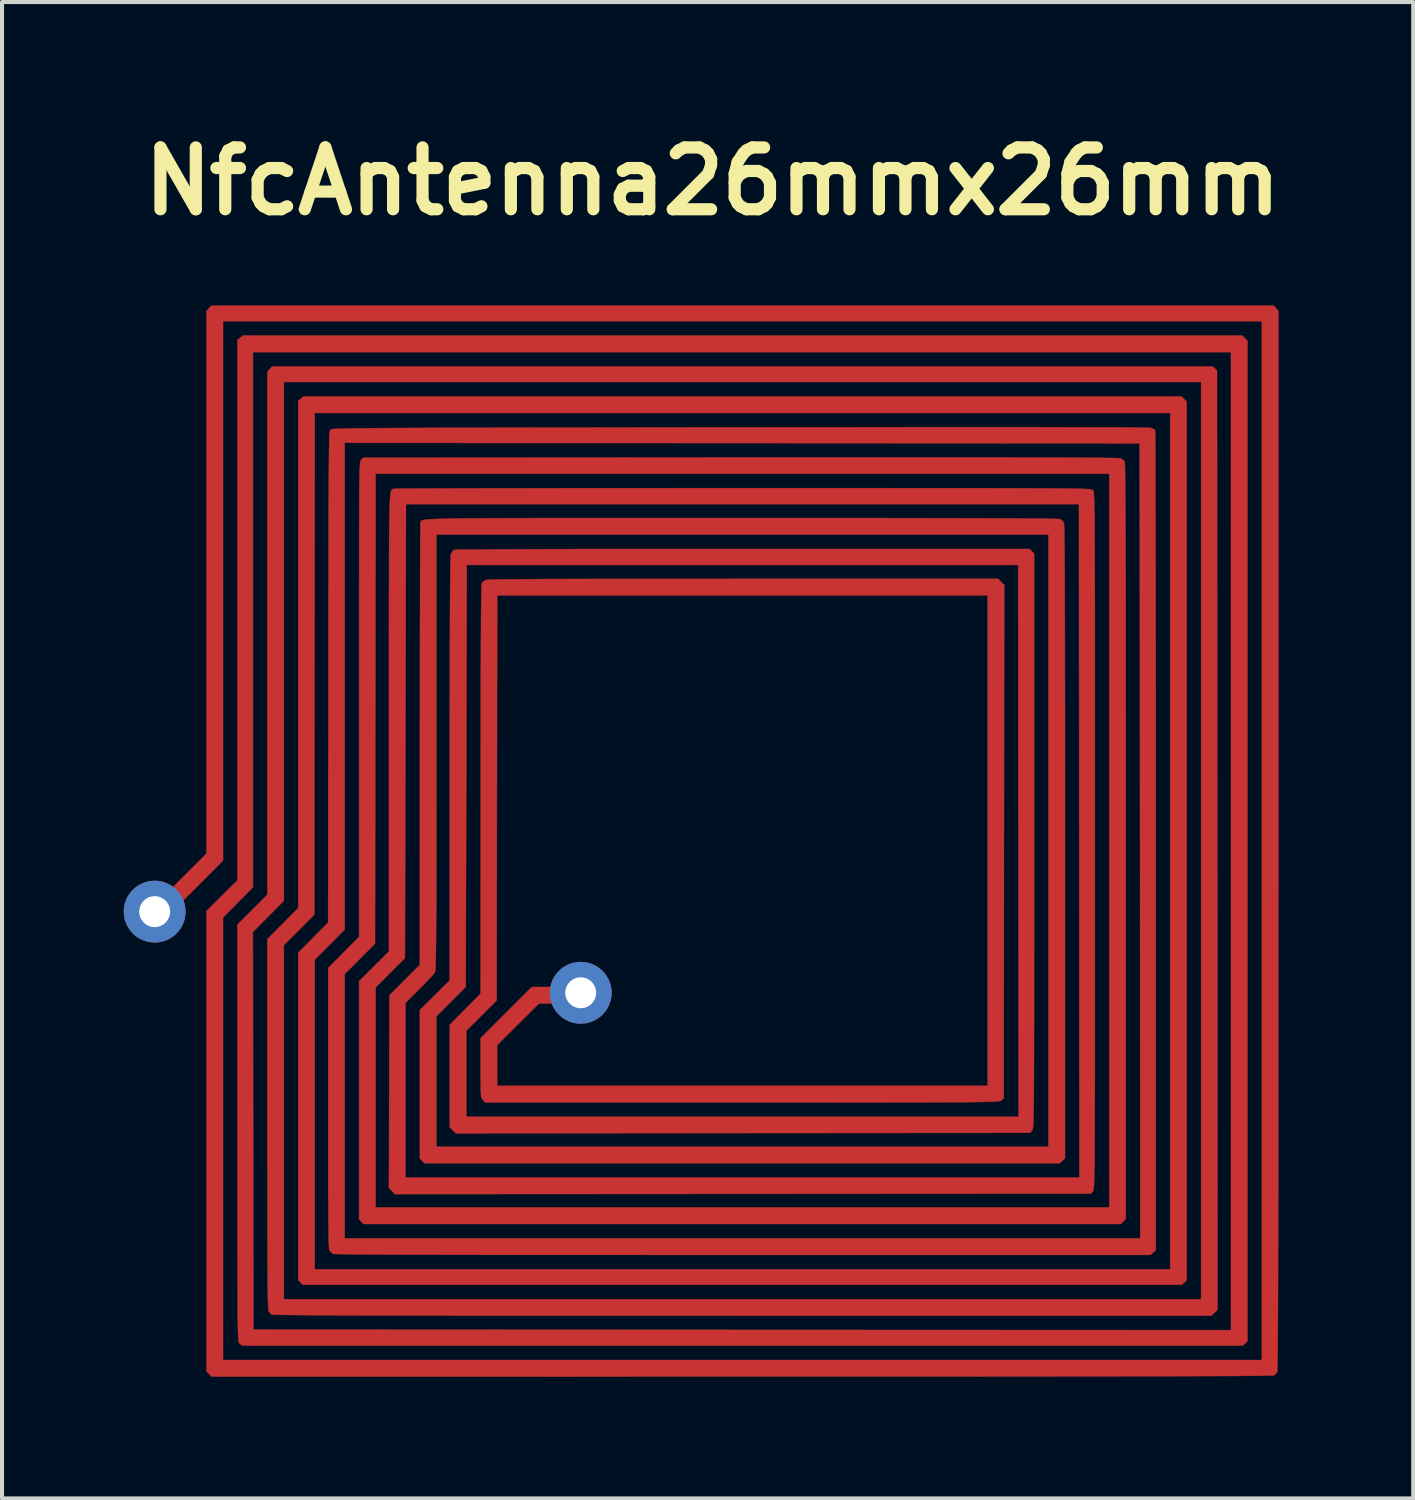
<source format=kicad_pcb>
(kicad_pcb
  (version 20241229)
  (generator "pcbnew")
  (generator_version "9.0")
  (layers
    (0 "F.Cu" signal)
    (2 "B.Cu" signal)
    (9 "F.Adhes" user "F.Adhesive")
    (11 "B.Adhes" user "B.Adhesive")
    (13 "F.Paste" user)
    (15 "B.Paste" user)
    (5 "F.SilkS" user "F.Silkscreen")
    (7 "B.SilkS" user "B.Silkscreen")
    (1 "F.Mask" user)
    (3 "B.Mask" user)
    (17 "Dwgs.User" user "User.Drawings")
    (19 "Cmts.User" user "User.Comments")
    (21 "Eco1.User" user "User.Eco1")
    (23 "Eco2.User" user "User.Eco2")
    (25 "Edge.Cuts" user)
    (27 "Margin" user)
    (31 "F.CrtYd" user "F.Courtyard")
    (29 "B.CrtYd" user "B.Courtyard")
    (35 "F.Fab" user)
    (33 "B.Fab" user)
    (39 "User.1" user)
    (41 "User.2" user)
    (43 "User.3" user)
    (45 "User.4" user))
  (footprint "NfcAntenna26mmx26mm"
    (layer "F.Cu")
    (at 14.512 17.668)
    (property "Reference" "NfcAntenna26mmx26mm" (at 0 -16.25 0) (layer "F.SilkS") (effects (font (size 1.524 1.524) (thickness 0.3))))
    (attr through_hole)
    (fp_poly (pts (xy 13.945 -13.053) (xy 13.945 -0.01) (xy 13.945 1.019) (xy 13.944 1.998) (xy 13.944 2.928) (xy 13.944 3.81) (xy 13.944 4.645) (xy 13.944 5.435) (xy 13.943 6.179) (xy 13.943 6.879) (xy 13.942 7.535) (xy 13.942 8.15) (xy 13.941 8.723) (xy 13.94 9.256) (xy 13.939 9.75) (xy 13.938 10.206) (xy 13.937 10.624) (xy 13.936 11.005) (xy 13.935 11.351) (xy 13.934 11.663) (xy 13.932 11.941) (xy 13.931 12.186) (xy 13.929 12.4) (xy 13.928 12.583) (xy 13.926 12.736) (xy 13.924 12.86) (xy 13.922 12.957) (xy 13.92 13.026) (xy 13.918 13.07) (xy 13.915 13.089) (xy 13.915 13.089) (xy 13.875 13.146) (xy 13.845 13.175) (xy 13.832 13.178) (xy 13.799 13.18) (xy 13.744 13.182) (xy 13.666 13.184) (xy 13.565 13.186) (xy 13.44 13.188) (xy 13.288 13.19) (xy 13.11 13.192) (xy 12.904 13.193) (xy 12.669 13.195) (xy 12.404 13.196) (xy 12.108 13.197) (xy 11.779 13.198) (xy 11.418 13.199) (xy 11.023 13.2) (xy 10.592 13.201) (xy 10.124 13.202) (xy 9.62 13.203) (xy 9.076 13.204) (xy 8.494 13.204) (xy 7.87 13.205) (xy 7.205 13.205) (xy 6.497 13.206) (xy 5.745 13.206) (xy 4.949 13.206) (xy 4.106 13.207) (xy 3.217 13.207) (xy 2.279 13.207) (xy 1.292 13.207) (xy 0.729 13.207) (xy -12.347 13.208) (xy -12.409 13.146) (xy -12.471 13.083) (xy -12.471 7.408) (xy -12.471 1.733) (xy -12.09 1.355) (xy -11.709 0.978) (xy -11.709 -5.681) (xy -11.709 -12.341) (xy -11.642 -12.393) (xy -11.576 -12.446) (xy 13.058 -12.446) (xy 13.12 -12.384) (xy 13.183 -12.321) (xy 13.183 12.336) (xy 13.124 12.391) (xy 13.065 12.446) (xy 0.773 12.446) (xy -0.015 12.446) (xy -0.79 12.446) (xy -1.551 12.446) (xy -2.297 12.446) (xy -3.025 12.446) (xy -3.734 12.446) (xy -4.423 12.446) (xy -5.089 12.446) (xy -5.732 12.446) (xy -6.351 12.446) (xy -6.942 12.446) (xy -7.505 12.446) (xy -8.039 12.446) (xy -8.541 12.446) (xy -9.01 12.446) (xy -9.445 12.446) (xy -9.844 12.446) (xy -10.205 12.446) (xy -10.528 12.446) (xy -10.809 12.446) (xy -11.049 12.446) (xy -11.245 12.446) (xy -11.395 12.446) (xy -11.499 12.446) (xy -11.554 12.446) (xy -11.563 12.446) (xy -11.614 12.429) (xy -11.659 12.395) (xy -11.665 12.389) (xy -11.67 12.38) (xy -11.675 12.368) (xy -11.68 12.35) (xy -11.684 12.323) (xy -11.687 12.286) (xy -11.691 12.237) (xy -11.694 12.173) (xy -11.696 12.093) (xy -11.699 11.994) (xy -11.701 11.875) (xy -11.703 11.733) (xy -11.704 11.566) (xy -11.705 11.372) (xy -11.706 11.149) (xy -11.707 10.895) (xy -11.708 10.608) (xy -11.708 10.286) (xy -11.709 9.926) (xy -11.709 9.527) (xy -11.709 9.087) (xy -11.709 8.602) (xy -11.709 8.073) (xy -11.709 7.495) (xy -11.709 2.069) (xy -11.341 1.702) (xy -10.973 1.334) (xy -10.973 -5.11) (xy -10.973 -11.554) (xy -10.916 -11.62) (xy -10.858 -11.685) (xy 0.736 -11.685) (xy 12.33 -11.684) (xy 12.382 -11.633) (xy 12.433 -11.581) (xy 12.44 -0.01) (xy 12.446 11.561) (xy 12.298 11.709) (xy 0.732 11.709) (xy -0.22 11.708) (xy -1.123 11.708) (xy -1.978 11.708) (xy -2.785 11.708) (xy -3.546 11.708) (xy -4.261 11.707) (xy -4.933 11.707) (xy -5.562 11.706) (xy -6.149 11.706) (xy -6.695 11.705) (xy -7.202 11.704) (xy -7.67 11.703) (xy -8.102 11.702) (xy -8.497 11.701) (xy -8.857 11.7) (xy -9.184 11.699) (xy -9.477 11.698) (xy -9.74 11.696) (xy -9.971 11.695) (xy -10.174 11.693) (xy -10.348 11.692) (xy -10.495 11.69) (xy -10.616 11.688) (xy -10.713 11.686) (xy -10.786 11.684) (xy -10.836 11.681) (xy -10.865 11.679) (xy -10.873 11.677) (xy -10.918 11.629) (xy -10.943 11.59) (xy -10.947 11.57) (xy -10.951 11.523) (xy -10.954 11.448) (xy -10.957 11.343) (xy -10.96 11.207) (xy -10.962 11.037) (xy -10.964 10.834) (xy -10.966 10.594) (xy -10.968 10.317) (xy -10.969 10) (xy -10.97 9.642) (xy -10.971 9.243) (xy -10.972 8.799) (xy -10.972 8.31) (xy -10.973 7.773) (xy -10.973 7.188) (xy -10.973 6.982) (xy -10.973 2.429) (xy -10.211 1.662) (xy -10.211 -4.59) (xy -10.211 -10.842) (xy -10.144 -10.895) (xy -10.077 -10.947) (xy 11.559 -10.947) (xy 11.622 -10.885) (xy 11.684 -10.823) (xy 11.684 10.837) (xy 11.625 10.892) (xy 11.566 10.947) (xy -10.1 10.947) (xy -10.156 10.889) (xy -10.211 10.83) (xy -10.211 2.76) (xy -9.843 2.389) (xy -9.475 2.018) (xy -9.468 -4.032) (xy -9.467 -4.687) (xy -9.467 -5.293) (xy -9.466 -5.852) (xy -9.465 -6.366) (xy -9.464 -6.836) (xy -9.464 -7.266) (xy -9.463 -7.656) (xy -9.462 -8.009) (xy -9.461 -8.326) (xy -9.46 -8.609) (xy -9.458 -8.861) (xy -9.457 -9.083) (xy -9.456 -9.277) (xy -9.454 -9.445) (xy -9.452 -9.589) (xy -9.45 -9.711) (xy -9.447 -9.813) (xy -9.445 -9.896) (xy -9.442 -9.963) (xy -9.439 -10.015) (xy -9.435 -10.054) (xy -9.432 -10.083) (xy -9.428 -10.103) (xy -9.423 -10.117) (xy -9.418 -10.125) (xy -9.416 -10.127) (xy -9.411 -10.131) (xy -9.402 -10.135) (xy -9.388 -10.138) (xy -9.367 -10.141) (xy -9.338 -10.144) (xy -9.299 -10.147) (xy -9.249 -10.15) (xy -9.187 -10.152) (xy -9.11 -10.155) (xy -9.018 -10.157) (xy -8.909 -10.159) (xy -8.782 -10.161) (xy -8.635 -10.163) (xy -8.466 -10.164) (xy -8.274 -10.166) (xy -8.058 -10.167) (xy -7.816 -10.169) (xy -7.547 -10.17) (xy -7.249 -10.171) (xy -6.92 -10.173) (xy -6.56 -10.174) (xy -6.166 -10.175) (xy -5.738 -10.176) (xy -5.274 -10.177) (xy -4.772 -10.178) (xy -4.231 -10.179) (xy -3.649 -10.18) (xy -3.025 -10.18) (xy -2.357 -10.181) (xy -1.645 -10.182) (xy -0.886 -10.183) (xy -0.078 -10.184) (xy 0.68 -10.185) (xy 1.586 -10.187) (xy 2.442 -10.187) (xy 3.249 -10.188) (xy 4.008 -10.189) (xy 4.721 -10.19) (xy 5.388 -10.19) (xy 6.011 -10.19) (xy 6.59 -10.19) (xy 7.127 -10.19) (xy 7.622 -10.19) (xy 8.078 -10.19) (xy 8.494 -10.189) (xy 8.871 -10.188) (xy 9.212 -10.187) (xy 9.517 -10.186) (xy 9.786 -10.185) (xy 10.022 -10.184) (xy 10.225 -10.182) (xy 10.395 -10.181) (xy 10.535 -10.179) (xy 10.646 -10.177) (xy 10.727 -10.175) (xy 10.781 -10.172) (xy 10.808 -10.17) (xy 10.811 -10.169) (xy 10.87 -10.141) (xy 10.906 -10.115) (xy 10.907 -10.114) (xy 10.908 -10.087) (xy 10.909 -10.011) (xy 10.91 -9.887) (xy 10.911 -9.718) (xy 10.912 -9.505) (xy 10.913 -9.25) (xy 10.914 -8.954) (xy 10.915 -8.619) (xy 10.916 -8.248) (xy 10.917 -7.84) (xy 10.917 -7.4) (xy 10.918 -6.927) (xy 10.919 -6.424) (xy 10.92 -5.892) (xy 10.92 -5.334) (xy 10.921 -4.75) (xy 10.921 -4.143) (xy 10.922 -3.515) (xy 10.922 -2.866) (xy 10.922 -2.199) (xy 10.922 -1.516) (xy 10.923 -0.817) (xy 10.923 -0.106) (xy 10.923 0.004) (xy 10.923 10.097) (xy 10.792 10.211) (xy 0.749 10.211) (xy -0.171 10.211) (xy -1.041 10.211) (xy -1.862 10.21) (xy -2.635 10.21) (xy -3.361 10.21) (xy -4.04 10.209) (xy -4.674 10.209) (xy -5.263 10.208) (xy -5.809 10.207) (xy -6.311 10.206) (xy -6.772 10.205) (xy -7.192 10.204) (xy -7.571 10.203) (xy -7.912 10.201) (xy -8.214 10.2) (xy -8.478 10.198) (xy -8.706 10.196) (xy -8.898 10.195) (xy -9.056 10.192) (xy -9.179 10.19) (xy -9.269 10.188) (xy -9.327 10.186) (xy -9.354 10.183) (xy -9.356 10.183) (xy -9.415 10.137) (xy -9.446 10.093) (xy -9.45 10.066) (xy -9.454 10.005) (xy -9.458 9.91) (xy -9.461 9.777) (xy -9.464 9.607) (xy -9.466 9.397) (xy -9.468 9.146) (xy -9.47 8.853) (xy -9.472 8.516) (xy -9.473 8.134) (xy -9.474 7.706) (xy -9.474 7.231) (xy -9.474 6.706) (xy -9.474 6.586) (xy -9.474 3.141) (xy -8.712 2.373) (xy -8.712 -3.472) (xy -8.712 -4.114) (xy -8.712 -4.708) (xy -8.712 -5.255) (xy -8.712 -5.756) (xy -8.712 -6.215) (xy -8.711 -6.633) (xy -8.711 -7.012) (xy -8.711 -7.353) (xy -8.71 -7.66) (xy -8.709 -7.933) (xy -8.708 -8.175) (xy -8.707 -8.387) (xy -8.706 -8.573) (xy -8.704 -8.733) (xy -8.702 -8.869) (xy -8.7 -8.984) (xy -8.698 -9.079) (xy -8.695 -9.157) (xy -8.692 -9.219) (xy -8.689 -9.267) (xy -8.685 -9.303) (xy -8.681 -9.33) (xy -8.677 -9.349) (xy -8.672 -9.362) (xy -8.667 -9.371) (xy -8.664 -9.376) (xy -8.615 -9.436) (xy 0.69 -9.443) (xy 1.589 -9.443) (xy 2.439 -9.444) (xy 3.239 -9.444) (xy 3.99 -9.444) (xy 4.694 -9.444) (xy 5.35 -9.444) (xy 5.96 -9.444) (xy 6.525 -9.443) (xy 7.045 -9.443) (xy 7.521 -9.442) (xy 7.953 -9.441) (xy 8.343 -9.44) (xy 8.69 -9.439) (xy 8.997 -9.437) (xy 9.263 -9.436) (xy 9.49 -9.434) (xy 9.678 -9.432) (xy 9.828 -9.43) (xy 9.94 -9.428) (xy 10.015 -9.426) (xy 10.055 -9.423) (xy 10.061 -9.422) (xy 10.122 -9.379) (xy 10.157 -9.332) (xy 10.159 -9.311) (xy 10.162 -9.262) (xy 10.164 -9.183) (xy 10.167 -9.074) (xy 10.169 -8.932) (xy 10.171 -8.757) (xy 10.173 -8.549) (xy 10.174 -8.305) (xy 10.176 -8.026) (xy 10.177 -7.71) (xy 10.179 -7.356) (xy 10.18 -6.963) (xy 10.181 -6.53) (xy 10.182 -6.056) (xy 10.183 -5.54) (xy 10.183 -4.981) (xy 10.184 -4.378) (xy 10.184 -3.73) (xy 10.185 -3.036) (xy 10.185 -2.296) (xy 10.185 -1.507) (xy 10.185 -0.669) (xy 10.185 0.028) (xy 10.185 9.324) (xy 10.123 9.386) (xy 10.061 9.449) (xy -8.602 9.449) (xy -8.657 9.39) (xy -8.712 9.331) (xy -8.712 3.466) (xy -8.344 3.099) (xy -7.976 2.731) (xy -7.976 -2.89) (xy -7.976 -3.527) (xy -7.976 -4.115) (xy -7.976 -4.656) (xy -7.976 -5.152) (xy -7.975 -5.605) (xy -7.975 -6.017) (xy -7.974 -6.39) (xy -7.974 -6.726) (xy -7.973 -7.026) (xy -7.971 -7.294) (xy -7.97 -7.53) (xy -7.967 -7.738) (xy -7.965 -7.918) (xy -7.962 -8.072) (xy -7.959 -8.203) (xy -7.954 -8.313) (xy -7.95 -8.404) (xy -7.945 -8.477) (xy -7.939 -8.534) (xy -7.932 -8.578) (xy -7.925 -8.61) (xy -7.917 -8.633) (xy -7.908 -8.648) (xy -7.898 -8.657) (xy -7.887 -8.662) (xy -7.876 -8.666) (xy -7.863 -8.67) (xy -7.86 -8.671) (xy -7.832 -8.672) (xy -7.755 -8.673) (xy -7.63 -8.675) (xy -7.461 -8.676) (xy -7.248 -8.677) (xy -6.994 -8.678) (xy -6.7 -8.679) (xy -6.368 -8.68) (xy -6.001 -8.681) (xy -5.599 -8.682) (xy -5.165 -8.682) (xy -4.701 -8.683) (xy -4.208 -8.684) (xy -3.689 -8.685) (xy -3.145 -8.685) (xy -2.579 -8.686) (xy -1.991 -8.686) (xy -1.384 -8.686) (xy -0.76 -8.687) (xy -0.121 -8.687) (xy 0.532 -8.687) (xy 0.751 -8.687) (xy 1.534 -8.687) (xy 2.268 -8.687) (xy 2.954 -8.687) (xy 3.595 -8.687) (xy 4.191 -8.687) (xy 4.744 -8.686) (xy 5.256 -8.686) (xy 5.728 -8.686) (xy 6.162 -8.686) (xy 6.56 -8.685) (xy 6.924 -8.685) (xy 7.254 -8.684) (xy 7.553 -8.683) (xy 7.822 -8.682) (xy 8.062 -8.681) (xy 8.276 -8.68) (xy 8.464 -8.679) (xy 8.63 -8.677) (xy 8.773 -8.676) (xy 8.896 -8.674) (xy 9 -8.672) (xy 9.087 -8.67) (xy 9.159 -8.667) (xy 9.217 -8.665) (xy 9.263 -8.662) (xy 9.298 -8.659) (xy 9.324 -8.655) (xy 9.342 -8.652) (xy 9.355 -8.648) (xy 9.363 -8.644) (xy 9.369 -8.639) (xy 9.373 -8.636) (xy 9.377 -8.631) (xy 9.382 -8.624) (xy 9.386 -8.615) (xy 9.389 -8.601) (xy 9.393 -8.58) (xy 9.396 -8.551) (xy 9.399 -8.513) (xy 9.402 -8.464) (xy 9.405 -8.402) (xy 9.407 -8.326) (xy 9.409 -8.233) (xy 9.411 -8.123) (xy 9.413 -7.994) (xy 9.414 -7.845) (xy 9.416 -7.672) (xy 9.417 -7.476) (xy 9.418 -7.255) (xy 9.419 -7.006) (xy 9.42 -6.728) (xy 9.421 -6.42) (xy 9.421 -6.08) (xy 9.422 -5.706) (xy 9.422 -5.297) (xy 9.423 -4.852) (xy 9.423 -4.367) (xy 9.423 -3.843) (xy 9.423 -3.277) (xy 9.423 -2.668) (xy 9.423 -2.014) (xy 9.423 -1.314) (xy 9.423 -0.566) (xy 9.423 -0.003) (xy 9.423 0.781) (xy 9.423 1.516) (xy 9.423 2.203) (xy 9.423 2.844) (xy 9.423 3.44) (xy 9.423 3.994) (xy 9.423 4.507) (xy 9.422 4.98) (xy 9.422 5.415) (xy 9.422 5.814) (xy 9.421 6.178) (xy 9.42 6.509) (xy 9.42 6.809) (xy 9.419 7.078) (xy 9.418 7.319) (xy 9.416 7.534) (xy 9.415 7.723) (xy 9.414 7.889) (xy 9.412 8.033) (xy 9.41 8.157) (xy 9.408 8.262) (xy 9.406 8.35) (xy 9.404 8.422) (xy 9.401 8.481) (xy 9.398 8.527) (xy 9.395 8.563) (xy 9.392 8.59) (xy 9.388 8.609) (xy 9.384 8.623) (xy 9.38 8.632) (xy 9.376 8.638) (xy 9.375 8.64) (xy 9.326 8.7) (xy 0.75 8.706) (xy -7.827 8.712) (xy -7.902 8.638) (xy -7.976 8.563) (xy -7.97 6.187) (xy -7.963 3.811) (xy -7.588 3.435) (xy -7.214 3.06) (xy -7.214 -2.367) (xy -7.214 -2.889) (xy -7.213 -3.397) (xy -7.213 -3.89) (xy -7.212 -4.365) (xy -7.212 -4.82) (xy -7.211 -5.252) (xy -7.21 -5.659) (xy -7.209 -6.038) (xy -7.208 -6.388) (xy -7.207 -6.706) (xy -7.206 -6.989) (xy -7.205 -7.236) (xy -7.204 -7.443) (xy -7.202 -7.609) (xy -7.201 -7.731) (xy -7.199 -7.807) (xy -7.198 -7.835) (xy -7.195 -7.846) (xy -7.192 -7.856) (xy -7.19 -7.866) (xy -7.185 -7.875) (xy -7.176 -7.883) (xy -7.162 -7.89) (xy -7.14 -7.897) (xy -7.109 -7.904) (xy -7.068 -7.91) (xy -7.015 -7.915) (xy -6.948 -7.92) (xy -6.865 -7.925) (xy -6.765 -7.929) (xy -6.646 -7.932) (xy -6.507 -7.935) (xy -6.345 -7.938) (xy -6.159 -7.94) (xy -5.948 -7.942) (xy -5.71 -7.944) (xy -5.443 -7.946) (xy -5.145 -7.947) (xy -4.815 -7.948) (xy -4.451 -7.949) (xy -4.051 -7.949) (xy -3.614 -7.95) (xy -3.139 -7.95) (xy -2.622 -7.95) (xy -2.064 -7.95) (xy -1.462 -7.95) (xy -0.814 -7.95) (xy -0.118 -7.95) (xy 0.626 -7.95) (xy 0.734 -7.95) (xy 1.542 -7.95) (xy 2.3 -7.95) (xy 3.009 -7.95) (xy 3.671 -7.949) (xy 4.285 -7.949) (xy 4.854 -7.948) (xy 5.378 -7.947) (xy 5.858 -7.946) (xy 6.296 -7.945) (xy 6.691 -7.944) (xy 7.046 -7.943) (xy 7.361 -7.941) (xy 7.637 -7.939) (xy 7.875 -7.938) (xy 8.076 -7.936) (xy 8.242 -7.933) (xy 8.372 -7.931) (xy 8.469 -7.929) (xy 8.533 -7.926) (xy 8.565 -7.923) (xy 8.569 -7.922) (xy 8.627 -7.877) (xy 8.659 -7.832) (xy 8.662 -7.81) (xy 8.664 -7.756) (xy 8.667 -7.67) (xy 8.669 -7.55) (xy 8.671 -7.396) (xy 8.674 -7.206) (xy 8.675 -6.98) (xy 8.677 -6.716) (xy 8.679 -6.414) (xy 8.68 -6.072) (xy 8.681 -5.69) (xy 8.683 -5.266) (xy 8.684 -4.8) (xy 8.684 -4.29) (xy 8.685 -3.736) (xy 8.686 -3.136) (xy 8.686 -2.49) (xy 8.686 -1.796) (xy 8.687 -1.054) (xy 8.687 -0.262) (xy 8.687 0.028) (xy 8.687 7.826) (xy 8.624 7.888) (xy 8.562 7.95) (xy -7.103 7.95) (xy -7.158 7.891) (xy -7.214 7.833) (xy -7.214 4.175) (xy -6.477 3.444) (xy -6.477 -1.767) (xy -6.477 -2.431) (xy -6.477 -3.045) (xy -6.476 -3.61) (xy -6.476 -4.128) (xy -6.475 -4.6) (xy -6.474 -5.026) (xy -6.472 -5.409) (xy -6.471 -5.748) (xy -6.469 -6.046) (xy -6.467 -6.303) (xy -6.465 -6.521) (xy -6.462 -6.7) (xy -6.46 -6.841) (xy -6.457 -6.947) (xy -6.453 -7.017) (xy -6.45 -7.054) (xy -6.449 -7.058) (xy -6.416 -7.121) (xy -6.375 -7.163) (xy -6.374 -7.163) (xy -6.344 -7.166) (xy -6.263 -7.169) (xy -6.132 -7.171) (xy -5.953 -7.173) (xy -5.724 -7.175) (xy -5.448 -7.177) (xy -5.124 -7.179) (xy -4.753 -7.181) (xy -4.335 -7.182) (xy -3.872 -7.184) (xy -3.363 -7.185) (xy -2.809 -7.186) (xy -2.211 -7.187) (xy -1.569 -7.187) (xy -0.884 -7.188) (xy -0.156 -7.188) (xy 0.614 -7.188) (xy 0.743 -7.188) (xy 7.814 -7.188) (xy 7.925 -7.071) (xy 7.925 0.005) (xy 7.925 0.715) (xy 7.925 1.375) (xy 7.925 1.988) (xy 7.925 2.556) (xy 7.924 3.08) (xy 7.924 3.562) (xy 7.924 4.003) (xy 7.924 4.407) (xy 7.923 4.774) (xy 7.922 5.106) (xy 7.922 5.404) (xy 7.921 5.672) (xy 7.92 5.91) (xy 7.919 6.12) (xy 7.917 6.304) (xy 7.916 6.464) (xy 7.914 6.602) (xy 7.912 6.719) (xy 7.91 6.817) (xy 7.907 6.897) (xy 7.905 6.963) (xy 7.902 7.015) (xy 7.898 7.055) (xy 7.895 7.085) (xy 7.891 7.106) (xy 7.887 7.121) (xy 7.883 7.132) (xy 7.878 7.139) (xy 7.876 7.141) (xy 7.828 7.201) (xy 0.75 7.207) (xy -6.328 7.214) (xy -6.403 7.139) (xy -6.477 7.065) (xy -6.477 4.538) (xy -5.715 3.77) (xy -5.714 -1.271) (xy -5.714 -1.894) (xy -5.714 -2.467) (xy -5.713 -2.993) (xy -5.713 -3.473) (xy -5.712 -3.91) (xy -5.711 -4.304) (xy -5.71 -4.657) (xy -5.709 -4.972) (xy -5.707 -5.249) (xy -5.706 -5.491) (xy -5.704 -5.699) (xy -5.701 -5.875) (xy -5.699 -6.02) (xy -5.696 -6.137) (xy -5.694 -6.227) (xy -5.69 -6.291) (xy -5.687 -6.332) (xy -5.683 -6.351) (xy -5.682 -6.352) (xy -5.635 -6.397) (xy -5.596 -6.422) (xy -5.577 -6.425) (xy -5.532 -6.428) (xy -5.46 -6.431) (xy -5.359 -6.434) (xy -5.228 -6.436) (xy -5.066 -6.439) (xy -4.872 -6.441) (xy -4.643 -6.443) (xy -4.378 -6.444) (xy -4.077 -6.446) (xy -3.738 -6.447) (xy -3.36 -6.448) (xy -2.94 -6.449) (xy -2.478 -6.45) (xy -1.973 -6.45) (xy -1.423 -6.451) (xy -0.826 -6.451) (xy -0.182 -6.451) (xy 0.511 -6.452) (xy 0.75 -6.452) (xy 7.04 -6.452) (xy 7.114 -6.377) (xy 7.188 -6.303) (xy 7.182 0.026) (xy 7.176 6.354) (xy 7.116 6.403) (xy 7.108 6.408) (xy 7.099 6.413) (xy 7.084 6.417) (xy 7.064 6.421) (xy 7.035 6.425) (xy 6.997 6.429) (xy 6.946 6.432) (xy 6.882 6.434) (xy 6.802 6.437) (xy 6.705 6.439) (xy 6.588 6.441) (xy 6.45 6.443) (xy 6.288 6.445) (xy 6.102 6.446) (xy 5.889 6.447) (xy 5.647 6.448) (xy 5.374 6.449) (xy 5.069 6.45) (xy 4.729 6.45) (xy 4.354 6.451) (xy 3.94 6.451) (xy 3.486 6.451) (xy 2.99 6.451) (xy 2.45 6.452) (xy 1.865 6.452) (xy 1.232 6.452) (xy 0.726 6.452) (xy -5.605 6.452) (xy -5.66 6.393) (xy -5.676 6.374) (xy -5.688 6.353) (xy -5.698 6.323) (xy -5.705 6.278) (xy -5.71 6.212) (xy -5.713 6.12) (xy -5.714 5.995) (xy -5.715 5.832) (xy -5.715 5.625) (xy -5.715 4.865) (xy -5.086 4.236) (xy -4.457 3.607) (xy -3.857 3.607) (xy -3.667 3.607) (xy -3.52 3.608) (xy -3.411 3.61) (xy -3.333 3.615) (xy -3.278 3.621) (xy -3.241 3.631) (xy -3.213 3.644) (xy -3.191 3.659) (xy -3.138 3.73) (xy -3.124 3.819) (xy -3.151 3.909) (xy -3.173 3.941) (xy -3.19 3.961) (xy -3.211 3.976) (xy -3.242 3.987) (xy -3.29 3.994) (xy -3.363 4) (xy -3.466 4.003) (xy -3.608 4.006) (xy -3.751 4.008) (xy -4.28 4.015) (xy -5.309 5.041) (xy -5.309 6.045) (xy 6.782 6.045) (xy 6.782 -6.045) (xy -5.308 -6.045) (xy -5.315 -1.054) (xy -5.321 3.936) (xy -5.696 4.312) (xy -6.071 4.687) (xy -6.071 6.807) (xy 7.544 6.807) (xy 7.537 0.006) (xy 7.531 -6.795) (xy -6.058 -6.795) (xy -6.083 3.606) (xy -6.445 3.969) (xy -6.807 4.331) (xy -6.807 5.938) (xy -6.807 7.544) (xy 8.28 7.544) (xy 8.28 -7.544) (xy -6.807 -7.544) (xy -6.807 -2.183) (xy -6.807 -1.559) (xy -6.807 -0.984) (xy -6.808 -0.457) (xy -6.808 0.027) (xy -6.808 0.467) (xy -6.809 0.865) (xy -6.81 1.225) (xy -6.81 1.548) (xy -6.812 1.835) (xy -6.813 2.089) (xy -6.814 2.312) (xy -6.816 2.505) (xy -6.818 2.671) (xy -6.82 2.812) (xy -6.822 2.929) (xy -6.825 3.024) (xy -6.828 3.099) (xy -6.831 3.157) (xy -6.834 3.199) (xy -6.838 3.227) (xy -6.842 3.243) (xy -6.844 3.246) (xy -6.873 3.285) (xy -6.932 3.353) (xy -7.015 3.442) (xy -7.114 3.546) (xy -7.225 3.657) (xy -7.569 4) (xy -7.569 8.306) (xy 9.042 8.306) (xy 9.03 -8.293) (xy -7.556 -8.293) (xy -7.569 -2.699) (xy -7.582 2.895) (xy -8.306 3.62) (xy -8.306 9.042) (xy 9.779 9.042) (xy 9.779 -9.042) (xy -8.305 -9.042) (xy -8.312 -3.252) (xy -8.319 2.539) (xy -9.068 3.29) (xy -9.068 9.804) (xy 10.541 9.804) (xy 10.535 0.006) (xy 10.528 -9.792) (xy -9.068 -9.804) (xy -9.068 2.193) (xy -9.436 2.565) (xy -9.804 2.936) (xy -9.804 10.566) (xy 11.278 10.566) (xy 11.278 -10.541) (xy -9.804 -10.541) (xy -9.811 -4.356) (xy -9.817 1.828) (xy -10.566 2.579) (xy -10.566 11.303) (xy 12.04 11.303) (xy 12.04 -11.303) (xy -10.566 -11.303) (xy -10.566 1.481) (xy -10.947 1.867) (xy -11.329 2.253) (xy -11.316 12.052) (xy 0.73 12.059) (xy 12.776 12.065) (xy 12.776 -12.04) (xy -11.328 -12.04) (xy -11.328 -5.444) (xy -11.328 1.152) (xy -11.697 1.523) (xy -12.065 1.894) (xy -12.065 12.802) (xy 13.538 12.802) (xy 13.538 -12.802) (xy -12.065 -12.802) (xy -12.065 0.492) (xy -12.818 1.248) (xy -12.982 1.411) (xy -13.136 1.563) (xy -13.278 1.701) (xy -13.402 1.82) (xy -13.506 1.916) (xy -13.584 1.987) (xy -13.632 2.026) (xy -13.644 2.034) (xy -13.734 2.048) (xy -13.814 2.021) (xy -13.876 1.964) (xy -13.908 1.886) (xy -13.901 1.797) (xy -13.896 1.783) (xy -13.872 1.75) (xy -13.816 1.685) (xy -13.732 1.593) (xy -13.624 1.479) (xy -13.496 1.347) (xy -13.353 1.2) (xy -13.198 1.044) (xy -13.169 1.015) (xy -12.471 0.318) (xy -12.471 -6.367) (xy -12.471 -13.053) (xy -12.414 -13.118) (xy -12.357 -13.184) (xy 13.83 -13.184) (xy 13.945 -13.053)) (stroke (width 0.01) (type solid)) (fill yes) (layer "F.Cu"))
    (pad "1" thru_hole circle (at -13.75 1.75) (size 1.524 1.524) (drill 0.762) (layers "*.Cu" "*.Mask"))
    (pad "2" thru_hole circle (at -3.25 3.75) (size 1.524 1.524) (drill 0.762) (layers "*.Cu" "*.Mask")))
  (gr_rect
    (start -3 -3)
    (end 31.78 33.881)
    (stroke (width 0.1) (type default))
    (fill no)
    (layer "Edge.Cuts")))
</source>
